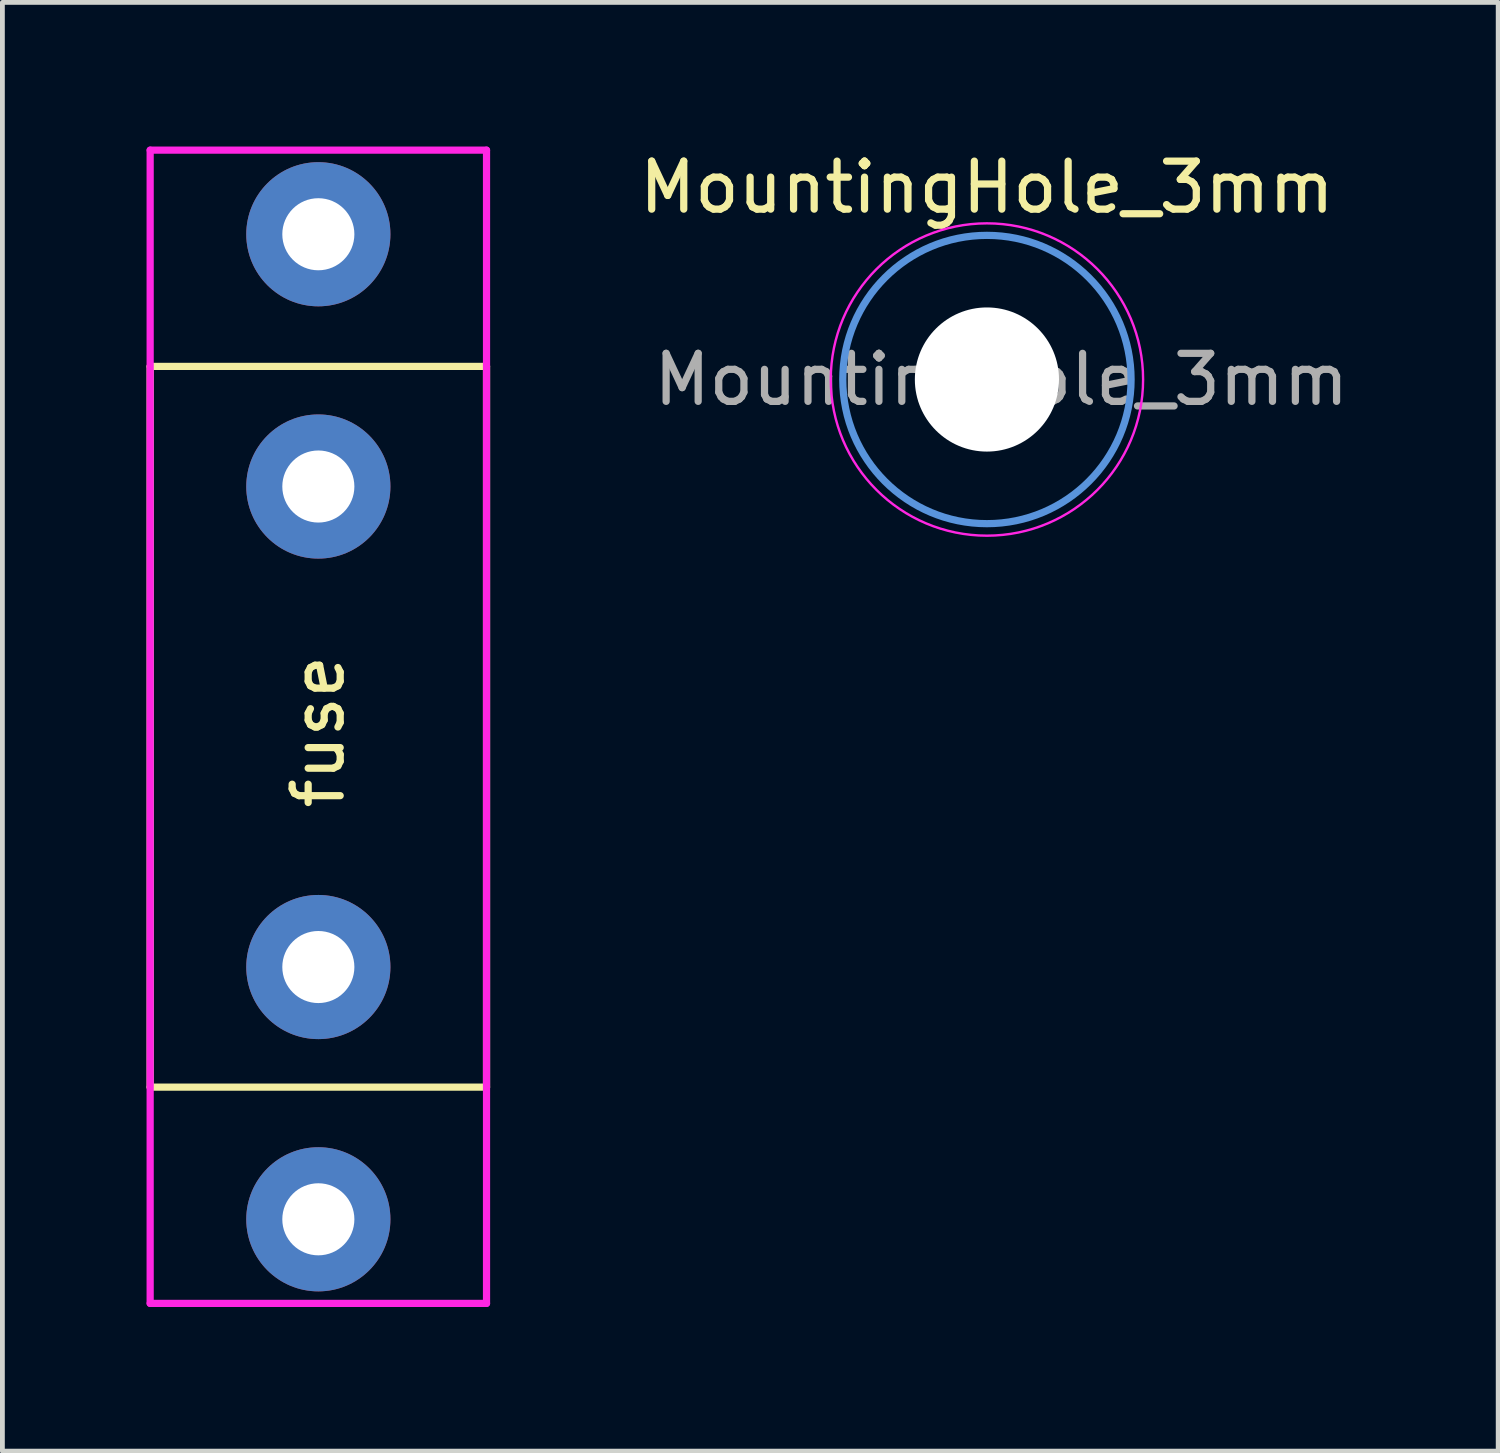
<source format=kicad_pcb>
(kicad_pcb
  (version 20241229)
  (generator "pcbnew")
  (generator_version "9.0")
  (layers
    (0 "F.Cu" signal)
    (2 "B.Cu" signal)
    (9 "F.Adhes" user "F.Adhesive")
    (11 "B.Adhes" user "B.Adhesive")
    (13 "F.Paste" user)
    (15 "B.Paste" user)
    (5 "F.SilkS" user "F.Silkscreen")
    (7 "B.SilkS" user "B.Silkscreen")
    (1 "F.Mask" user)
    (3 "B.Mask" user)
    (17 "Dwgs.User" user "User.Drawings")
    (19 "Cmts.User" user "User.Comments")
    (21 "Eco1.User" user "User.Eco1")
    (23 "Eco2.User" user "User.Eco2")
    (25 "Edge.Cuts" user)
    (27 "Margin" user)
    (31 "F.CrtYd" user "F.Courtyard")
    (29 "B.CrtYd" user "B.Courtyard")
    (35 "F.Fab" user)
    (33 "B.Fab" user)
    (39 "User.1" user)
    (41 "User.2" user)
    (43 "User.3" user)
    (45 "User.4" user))
  (footprint "MountingHole_3mm"
    (layer "F.Cu")
    (at 17.489 4.848)
    (property "Reference" "MountingHole_3mm" (at 0 -4 0) (layer "F.SilkS") (effects (font (size 1 1) (thickness 0.15))))
    (attr exclude_from_pos_files exclude_from_bom)
    (fp_circle (center 0 0) (end 3 0) (stroke (width 0.15) (type solid)) (fill no) (layer "Cmts.User"))
    (fp_circle (center 0 0) (end 3.25 0) (stroke (width 0.05) (type solid)) (fill no) (layer "F.CrtYd"))
    (fp_text user "${REFERENCE}" (at 0.3 0 0) (layer "F.Fab") (effects (font (size 1 1) (thickness 0.15))))
    (pad "" np_thru_hole circle (at 0 0) (size 3 3) (drill 3) (layers "*.Cu" "*.Mask")))
  (footprint "fuse"
    (layer "F.Cu")
    (at 3.575 12.075)
    (property "Reference" "fuse" (at 0 0.1 90) (layer "F.SilkS") (effects (font (size 1 1) (thickness 0.15))))
    (attr through_hole)
    (fp_line (start -3.5 -7.5) (end -3.5 7.5) (stroke (width 0.15) (type solid)) (layer "F.SilkS"))
    (fp_line (start -3.5 7.5) (end 3.5 7.5) (stroke (width 0.15) (type solid)) (layer "F.SilkS"))
    (fp_line (start 3.5 -7.5) (end -3.5 -7.5) (stroke (width 0.15) (type solid)) (layer "F.SilkS"))
    (fp_line (start 3.5 7.5) (end 3.5 -7.5) (stroke (width 0.15) (type solid)) (layer "F.SilkS"))
    (fp_line (start -3.5 -12) (end 3.5 -12) (stroke (width 0.15) (type solid)) (layer "F.CrtYd"))
    (fp_line (start -3.5 12) (end -3.5 -12) (stroke (width 0.15) (type solid)) (layer "F.CrtYd"))
    (fp_line (start 3.5 -12) (end 3.5 12) (stroke (width 0.15) (type solid)) (layer "F.CrtYd"))
    (fp_line (start 3.5 12) (end -3.5 12) (stroke (width 0.15) (type solid)) (layer "F.CrtYd"))
    (pad "1" thru_hole circle (at 0 10.25 90) (size 3 3) (drill 1.5) (layers "*.Cu" "*.Mask"))
    (pad "2" thru_hole circle (at 0 5) (size 3 3) (drill 1.5) (layers "*.Cu" "*.Mask"))
    (pad "3" thru_hole circle (at 0 -5) (size 3 3) (drill 1.5) (layers "*.Cu" "*.Mask"))
    (pad "4" thru_hole circle (at 0 -10.25 90) (size 3 3) (drill 1.5) (layers "*.Cu" "*.Mask")))
  (gr_rect
    (start -3 -3)
    (end 28.129 27.15)
    (stroke (width 0.1) (type default))
    (fill no)
    (layer "Edge.Cuts")))
</source>
